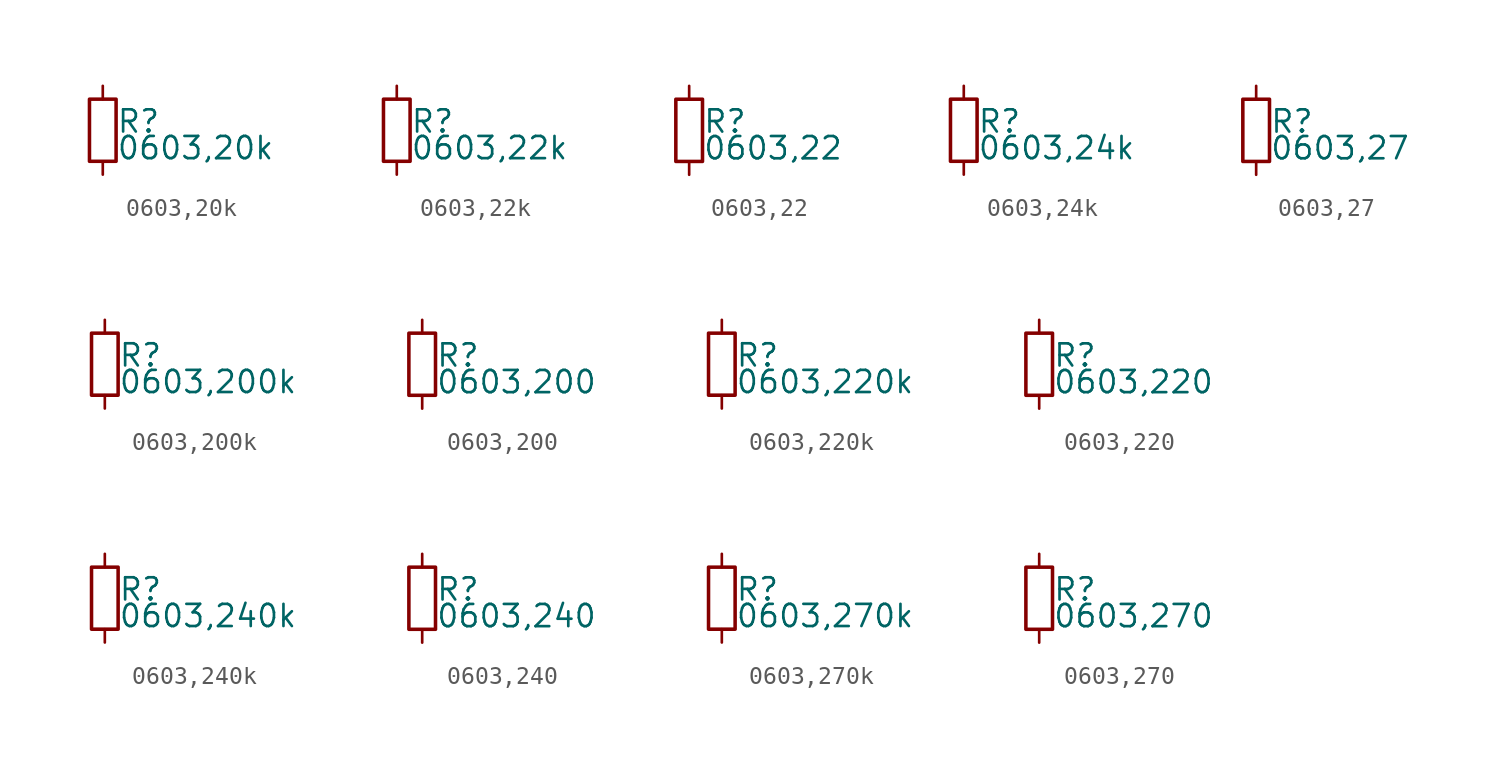
<source format=kicad_sym>
(kicad_symbol_lib
  (version 20220914)
  (generator kicad_symbol_editor)
  (symbol "0603,20k"
    (property "Reference" "R"
      (at 0.762 0.508 0)
      (effects (font (size 1.27 1.27)) (justify left)))
    (property "Value" "0603,20k"
      (at 0.762 -1.016 0)
      (effects (font (size 1.27 1.27)) (justify left)))
    (property "ki_locked" ""
      (at 0 0 0)
      (effects (font (size 1.27 1.27))))
    (symbol "0603,20k_0_0"
      (rectangle (start -0.762 1.778) (end 0.762 -1.778) (stroke (width 0.203) (type default)) (fill (type none)))
      (pin passive line (at 0 2.54 270) (length 0.762) (name "~" (effects (font (size 0 0)))) (number "1" (effects (font (size 0 0)))))
      (pin passive line (at 0 -2.54 90) (length 0.762) (name "~" (effects (font (size 0 0)))) (number "2" (effects (font (size 0 0)))))))
  (symbol "0603,22k"
    (property "Reference" "R"
      (at 0.762 0.508 0)
      (effects (font (size 1.27 1.27)) (justify left)))
    (property "Value" "0603,22k"
      (at 0.762 -1.016 0)
      (effects (font (size 1.27 1.27)) (justify left)))
    (property "ki_locked" ""
      (at 0 0 0)
      (effects (font (size 1.27 1.27))))
    (symbol "0603,22k_0_0"
      (rectangle (start -0.762 1.778) (end 0.762 -1.778) (stroke (width 0.203) (type default)) (fill (type none)))
      (pin passive line (at 0 2.54 270) (length 0.762) (name "~" (effects (font (size 0 0)))) (number "1" (effects (font (size 0 0)))))
      (pin passive line (at 0 -2.54 90) (length 0.762) (name "~" (effects (font (size 0 0)))) (number "2" (effects (font (size 0 0)))))))
  (symbol "0603,22"
    (property "Reference" "R"
      (at 0.762 0.508 0)
      (effects (font (size 1.27 1.27)) (justify left)))
    (property "Value" "0603,22"
      (at 0.762 -1.016 0)
      (effects (font (size 1.27 1.27)) (justify left)))
    (property "ki_locked" ""
      (at 0 0 0)
      (effects (font (size 1.27 1.27))))
    (symbol "0603,22_0_0"
      (rectangle (start -0.762 1.778) (end 0.762 -1.778) (stroke (width 0.203) (type default)) (fill (type none)))
      (pin passive line (at 0 2.54 270) (length 0.762) (name "~" (effects (font (size 0 0)))) (number "1" (effects (font (size 0 0)))))
      (pin passive line (at 0 -2.54 90) (length 0.762) (name "~" (effects (font (size 0 0)))) (number "2" (effects (font (size 0 0)))))))
  (symbol "0603,24k"
    (property "Reference" "R"
      (at 0.762 0.508 0)
      (effects (font (size 1.27 1.27)) (justify left)))
    (property "Value" "0603,24k"
      (at 0.762 -1.016 0)
      (effects (font (size 1.27 1.27)) (justify left)))
    (property "ki_locked" ""
      (at 0 0 0)
      (effects (font (size 1.27 1.27))))
    (symbol "0603,24k_0_0"
      (rectangle (start -0.762 1.778) (end 0.762 -1.778) (stroke (width 0.203) (type default)) (fill (type none)))
      (pin passive line (at 0 2.54 270) (length 0.762) (name "~" (effects (font (size 0 0)))) (number "1" (effects (font (size 0 0)))))
      (pin passive line (at 0 -2.54 90) (length 0.762) (name "~" (effects (font (size 0 0)))) (number "2" (effects (font (size 0 0)))))))
  (symbol "0603,27"
    (property "Reference" "R"
      (at 0.762 0.508 0)
      (effects (font (size 1.27 1.27)) (justify left)))
    (property "Value" "0603,27"
      (at 0.762 -1.016 0)
      (effects (font (size 1.27 1.27)) (justify left)))
    (property "ki_locked" ""
      (at 0 0 0)
      (effects (font (size 1.27 1.27))))
    (symbol "0603,27_0_0"
      (rectangle (start -0.762 1.778) (end 0.762 -1.778) (stroke (width 0.203) (type default)) (fill (type none)))
      (pin passive line (at 0 2.54 270) (length 0.762) (name "~" (effects (font (size 0 0)))) (number "1" (effects (font (size 0 0)))))
      (pin passive line (at 0 -2.54 90) (length 0.762) (name "~" (effects (font (size 0 0)))) (number "2" (effects (font (size 0 0)))))))
  (symbol "0603,200k"
    (property "Reference" "R"
      (at 0.762 0.508 0)
      (effects (font (size 1.27 1.27)) (justify left)))
    (property "Value" "0603,200k"
      (at 0.762 -1.016 0)
      (effects (font (size 1.27 1.27)) (justify left)))
    (property "ki_locked" ""
      (at 0 0 0)
      (effects (font (size 1.27 1.27))))
    (symbol "0603,200k_0_0"
      (rectangle (start -0.762 1.778) (end 0.762 -1.778) (stroke (width 0.203) (type default)) (fill (type none)))
      (pin passive line (at 0 2.54 270) (length 0.762) (name "~" (effects (font (size 0 0)))) (number "1" (effects (font (size 0 0)))))
      (pin passive line (at 0 -2.54 90) (length 0.762) (name "~" (effects (font (size 0 0)))) (number "2" (effects (font (size 0 0)))))))
  (symbol "0603,200"
    (property "Reference" "R"
      (at 0.762 0.508 0)
      (effects (font (size 1.27 1.27)) (justify left)))
    (property "Value" "0603,200"
      (at 0.762 -1.016 0)
      (effects (font (size 1.27 1.27)) (justify left)))
    (property "ki_locked" ""
      (at 0 0 0)
      (effects (font (size 1.27 1.27))))
    (symbol "0603,200_0_0"
      (rectangle (start -0.762 1.778) (end 0.762 -1.778) (stroke (width 0.203) (type default)) (fill (type none)))
      (pin passive line (at 0 2.54 270) (length 0.762) (name "~" (effects (font (size 0 0)))) (number "1" (effects (font (size 0 0)))))
      (pin passive line (at 0 -2.54 90) (length 0.762) (name "~" (effects (font (size 0 0)))) (number "2" (effects (font (size 0 0)))))))
  (symbol "0603,220k"
    (property "Reference" "R"
      (at 0.762 0.508 0)
      (effects (font (size 1.27 1.27)) (justify left)))
    (property "Value" "0603,220k"
      (at 0.762 -1.016 0)
      (effects (font (size 1.27 1.27)) (justify left)))
    (property "ki_locked" ""
      (at 0 0 0)
      (effects (font (size 1.27 1.27))))
    (symbol "0603,220k_0_0"
      (rectangle (start -0.762 1.778) (end 0.762 -1.778) (stroke (width 0.203) (type default)) (fill (type none)))
      (pin passive line (at 0 2.54 270) (length 0.762) (name "~" (effects (font (size 0 0)))) (number "1" (effects (font (size 0 0)))))
      (pin passive line (at 0 -2.54 90) (length 0.762) (name "~" (effects (font (size 0 0)))) (number "2" (effects (font (size 0 0)))))))
  (symbol "0603,220"
    (property "Reference" "R"
      (at 0.762 0.508 0)
      (effects (font (size 1.27 1.27)) (justify left)))
    (property "Value" "0603,220"
      (at 0.762 -1.016 0)
      (effects (font (size 1.27 1.27)) (justify left)))
    (property "ki_locked" ""
      (at 0 0 0)
      (effects (font (size 1.27 1.27))))
    (symbol "0603,220_0_0"
      (rectangle (start -0.762 1.778) (end 0.762 -1.778) (stroke (width 0.203) (type default)) (fill (type none)))
      (pin passive line (at 0 2.54 270) (length 0.762) (name "~" (effects (font (size 0 0)))) (number "1" (effects (font (size 0 0)))))
      (pin passive line (at 0 -2.54 90) (length 0.762) (name "~" (effects (font (size 0 0)))) (number "2" (effects (font (size 0 0)))))))
  (symbol "0603,240k"
    (property "Reference" "R"
      (at 0.762 0.508 0)
      (effects (font (size 1.27 1.27)) (justify left)))
    (property "Value" "0603,240k"
      (at 0.762 -1.016 0)
      (effects (font (size 1.27 1.27)) (justify left)))
    (property "ki_locked" ""
      (at 0 0 0)
      (effects (font (size 1.27 1.27))))
    (symbol "0603,240k_0_0"
      (rectangle (start -0.762 1.778) (end 0.762 -1.778) (stroke (width 0.203) (type default)) (fill (type none)))
      (pin passive line (at 0 2.54 270) (length 0.762) (name "~" (effects (font (size 0 0)))) (number "1" (effects (font (size 0 0)))))
      (pin passive line (at 0 -2.54 90) (length 0.762) (name "~" (effects (font (size 0 0)))) (number "2" (effects (font (size 0 0)))))))
  (symbol "0603,240"
    (property "Reference" "R"
      (at 0.762 0.508 0)
      (effects (font (size 1.27 1.27)) (justify left)))
    (property "Value" "0603,240"
      (at 0.762 -1.016 0)
      (effects (font (size 1.27 1.27)) (justify left)))
    (property "ki_locked" ""
      (at 0 0 0)
      (effects (font (size 1.27 1.27))))
    (symbol "0603,240_0_0"
      (rectangle (start -0.762 1.778) (end 0.762 -1.778) (stroke (width 0.203) (type default)) (fill (type none)))
      (pin passive line (at 0 2.54 270) (length 0.762) (name "~" (effects (font (size 0 0)))) (number "1" (effects (font (size 0 0)))))
      (pin passive line (at 0 -2.54 90) (length 0.762) (name "~" (effects (font (size 0 0)))) (number "2" (effects (font (size 0 0)))))))
  (symbol "0603,270k"
    (property "Reference" "R"
      (at 0.762 0.508 0)
      (effects (font (size 1.27 1.27)) (justify left)))
    (property "Value" "0603,270k"
      (at 0.762 -1.016 0)
      (effects (font (size 1.27 1.27)) (justify left)))
    (property "ki_locked" ""
      (at 0 0 0)
      (effects (font (size 1.27 1.27))))
    (symbol "0603,270k_0_0"
      (rectangle (start -0.762 1.778) (end 0.762 -1.778) (stroke (width 0.203) (type default)) (fill (type none)))
      (pin passive line (at 0 2.54 270) (length 0.762) (name "~" (effects (font (size 0 0)))) (number "1" (effects (font (size 0 0)))))
      (pin passive line (at 0 -2.54 90) (length 0.762) (name "~" (effects (font (size 0 0)))) (number "2" (effects (font (size 0 0)))))))
  (symbol "0603,270"
    (property "Reference" "R"
      (at 0.762 0.508 0)
      (effects (font (size 1.27 1.27)) (justify left)))
    (property "Value" "0603,270"
      (at 0.762 -1.016 0)
      (effects (font (size 1.27 1.27)) (justify left)))
    (property "ki_locked" ""
      (at 0 0 0)
      (effects (font (size 1.27 1.27))))
    (symbol "0603,270_0_0"
      (rectangle (start -0.762 1.778) (end 0.762 -1.778) (stroke (width 0.203) (type default)) (fill (type none)))
      (pin passive line (at 0 2.54 270) (length 0.762) (name "~" (effects (font (size 0 0)))) (number "1" (effects (font (size 0 0)))))
      (pin passive line (at 0 -2.54 90) (length 0.762) (name "~" (effects (font (size 0 0)))) (number "2" (effects (font (size 0 0))))))))
</source>
